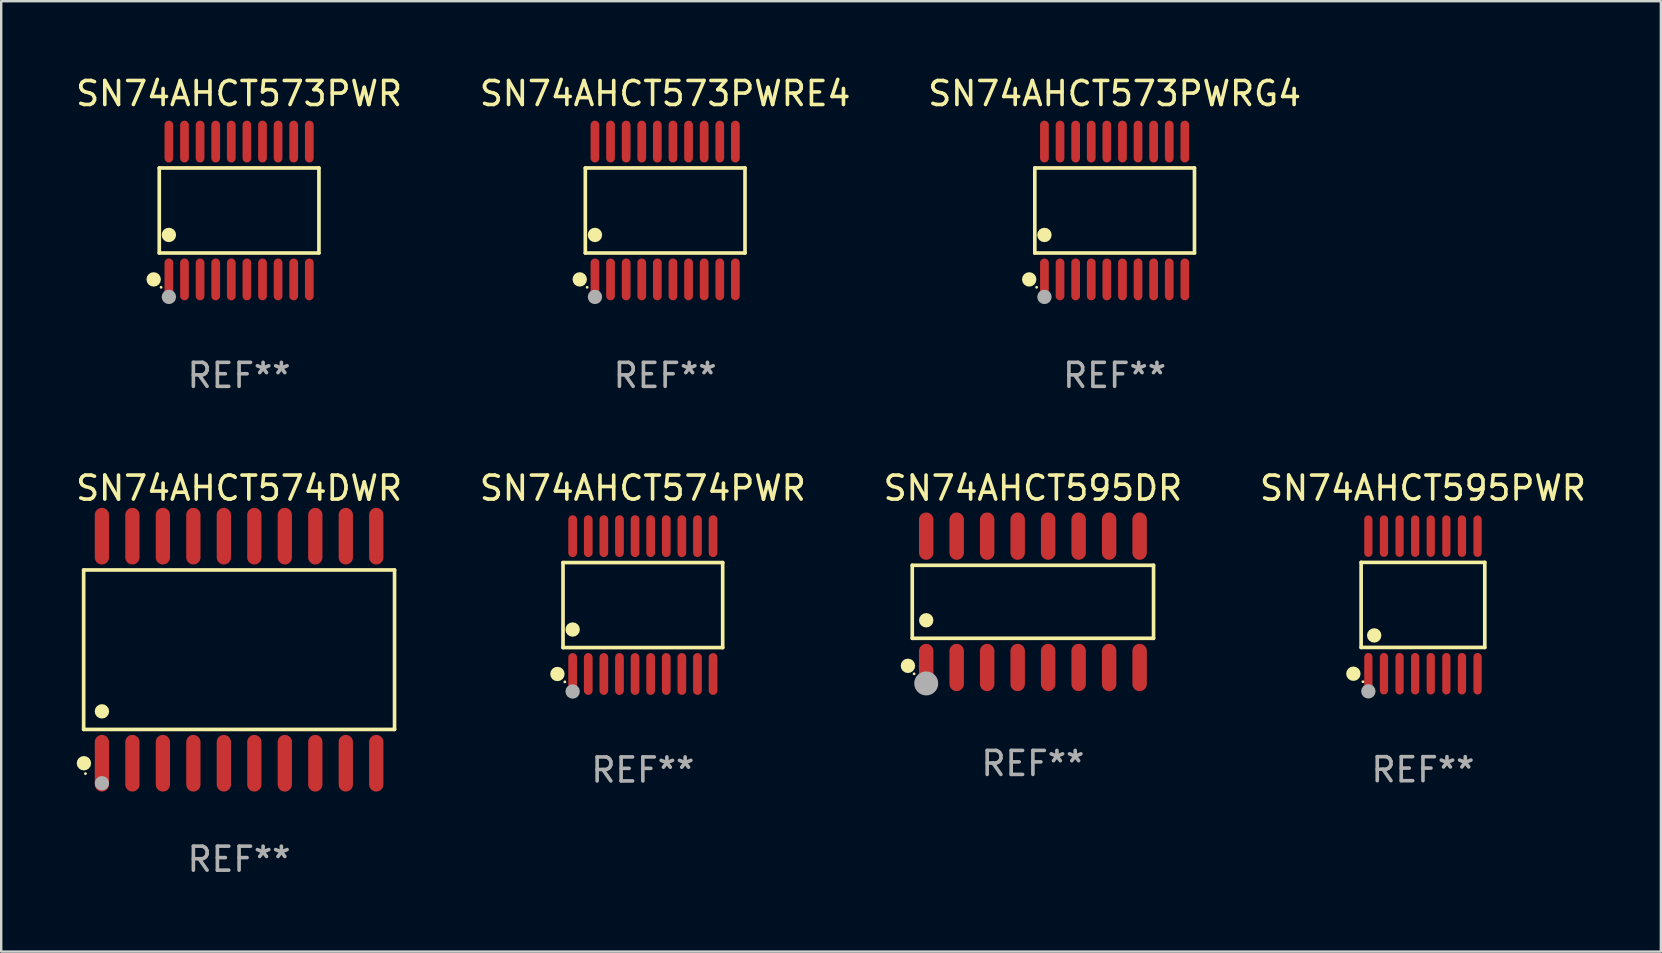
<source format=kicad_pcb>
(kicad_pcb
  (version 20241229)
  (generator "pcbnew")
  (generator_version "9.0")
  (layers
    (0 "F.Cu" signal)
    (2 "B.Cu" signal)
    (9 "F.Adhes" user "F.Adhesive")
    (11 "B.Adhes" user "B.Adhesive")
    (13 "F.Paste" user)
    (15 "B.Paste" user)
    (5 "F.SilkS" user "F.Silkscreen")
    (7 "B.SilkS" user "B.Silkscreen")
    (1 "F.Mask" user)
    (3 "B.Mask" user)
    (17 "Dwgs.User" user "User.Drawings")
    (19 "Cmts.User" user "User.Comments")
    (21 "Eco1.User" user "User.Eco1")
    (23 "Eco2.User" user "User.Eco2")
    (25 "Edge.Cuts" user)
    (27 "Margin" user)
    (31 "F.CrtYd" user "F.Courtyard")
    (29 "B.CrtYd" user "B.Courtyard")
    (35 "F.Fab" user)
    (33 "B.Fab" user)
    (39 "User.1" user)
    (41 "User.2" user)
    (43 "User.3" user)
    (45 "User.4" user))
  (footprint "SN74AHCT574PWR"
    (layer "F.Cu")
    (at 23.732 22.158)
    (property "Reference" "SN74AHCT574PWR" (at 0 -4.871 0) (layer "F.SilkS") (effects (font (size 1 1) (thickness 0.15))))
    (attr through_hole)
    (fp_line (start -3.326 -1.771) (end 3.326 -1.771) (stroke (width 0.152) (type solid)) (layer "F.SilkS"))
    (fp_line (start -3.326 1.771) (end -3.326 -1.771) (stroke (width 0.152) (type solid)) (layer "F.SilkS"))
    (fp_line (start 3.326 -1.771) (end 3.326 1.771) (stroke (width 0.152) (type solid)) (layer "F.SilkS"))
    (fp_line (start 3.326 1.771) (end -3.326 1.771) (stroke (width 0.152) (type solid)) (layer "F.SilkS"))
    (fp_circle (center -3.559 2.871) (end -3.409 2.871) (stroke (width 0.3) (type solid)) (fill no) (layer "F.SilkS"))
    (fp_circle (center -3.25 3.2) (end -3.22 3.2) (stroke (width 0.06) (type solid)) (fill no) (layer "F.SilkS"))
    (fp_circle (center -2.925 1.019) (end -2.775 1.019) (stroke (width 0.3) (type solid)) (fill no) (layer "F.SilkS"))
    (fp_circle (center -2.925 3.6) (end -2.775 3.6) (stroke (width 0.3) (type solid)) (fill no) (layer "F.Fab"))
    (fp_text user "REF**" (at 0 6.871 0) (layer "F.Fab") (effects (font (size 1 1) (thickness 0.15))))
    (pad "1" smd oval (at -2.925 2.871) (size 0.364 1.742) (layers "F.Cu" "F.Mask" "F.Paste"))
    (pad "2" smd oval (at -2.275 2.871) (size 0.364 1.742) (layers "F.Cu" "F.Mask" "F.Paste"))
    (pad "3" smd oval (at -1.625 2.871) (size 0.364 1.742) (layers "F.Cu" "F.Mask" "F.Paste"))
    (pad "4" smd oval (at -0.975 2.871) (size 0.364 1.742) (layers "F.Cu" "F.Mask" "F.Paste"))
    (pad "5" smd oval (at -0.325 2.871) (size 0.364 1.742) (layers "F.Cu" "F.Mask" "F.Paste"))
    (pad "6" smd oval (at 0.325 2.871) (size 0.364 1.742) (layers "F.Cu" "F.Mask" "F.Paste"))
    (pad "7" smd oval (at 0.975 2.871) (size 0.364 1.742) (layers "F.Cu" "F.Mask" "F.Paste"))
    (pad "8" smd oval (at 1.625 2.871) (size 0.364 1.742) (layers "F.Cu" "F.Mask" "F.Paste"))
    (pad "9" smd oval (at 2.275 2.871) (size 0.364 1.742) (layers "F.Cu" "F.Mask" "F.Paste"))
    (pad "10" smd oval (at 2.925 2.871) (size 0.364 1.742) (layers "F.Cu" "F.Mask" "F.Paste"))
    (pad "11" smd oval (at 2.925 -2.871) (size 0.364 1.742) (layers "F.Cu" "F.Mask" "F.Paste"))
    (pad "12" smd oval (at 2.275 -2.871) (size 0.364 1.742) (layers "F.Cu" "F.Mask" "F.Paste"))
    (pad "13" smd oval (at 1.625 -2.871) (size 0.364 1.742) (layers "F.Cu" "F.Mask" "F.Paste"))
    (pad "14" smd oval (at 0.975 -2.871) (size 0.364 1.742) (layers "F.Cu" "F.Mask" "F.Paste"))
    (pad "15" smd oval (at 0.325 -2.871) (size 0.364 1.742) (layers "F.Cu" "F.Mask" "F.Paste"))
    (pad "16" smd oval (at -0.325 -2.871) (size 0.364 1.742) (layers "F.Cu" "F.Mask" "F.Paste"))
    (pad "17" smd oval (at -0.975 -2.871) (size 0.364 1.742) (layers "F.Cu" "F.Mask" "F.Paste"))
    (pad "18" smd oval (at -1.625 -2.871) (size 0.364 1.742) (layers "F.Cu" "F.Mask" "F.Paste"))
    (pad "19" smd oval (at -2.275 -2.871) (size 0.364 1.742) (layers "F.Cu" "F.Mask" "F.Paste"))
    (pad "20" smd oval (at -2.925 -2.871) (size 0.364 1.742) (layers "F.Cu" "F.Mask" "F.Paste")))
  (footprint "SN74AHCT574DWR"
    (layer "F.Cu")
    (at 6.911 24.017)
    (property "Reference" "SN74AHCT574DWR" (at 0 -6.73 0) (layer "F.SilkS") (effects (font (size 1 1) (thickness 0.15))))
    (attr through_hole)
    (fp_line (start -6.476 -3.321) (end 6.476 -3.321) (stroke (width 0.152) (type solid)) (layer "F.SilkS"))
    (fp_line (start -6.476 3.321) (end -6.476 -3.321) (stroke (width 0.152) (type solid)) (layer "F.SilkS"))
    (fp_line (start 6.476 -3.321) (end 6.476 3.321) (stroke (width 0.152) (type solid)) (layer "F.SilkS"))
    (fp_line (start 6.476 3.321) (end -6.476 3.321) (stroke (width 0.152) (type solid)) (layer "F.SilkS"))
    (fp_circle (center -6.465 4.73) (end -6.315 4.73) (stroke (width 0.3) (type solid)) (fill no) (layer "F.SilkS"))
    (fp_circle (center -6.4 5.163) (end -6.37 5.163) (stroke (width 0.06) (type solid)) (fill no) (layer "F.SilkS"))
    (fp_circle (center -5.715 2.569) (end -5.565 2.569) (stroke (width 0.3) (type solid)) (fill no) (layer "F.SilkS"))
    (fp_circle (center -5.715 5.563) (end -5.565 5.563) (stroke (width 0.3) (type solid)) (fill no) (layer "F.Fab"))
    (fp_text user "REF**" (at 0 8.73 0) (layer "F.Fab") (effects (font (size 1 1) (thickness 0.15))))
    (pad "1" smd oval (at -5.715 4.73) (size 0.595 2.36) (layers "F.Cu" "F.Mask" "F.Paste"))
    (pad "2" smd oval (at -4.445 4.73) (size 0.595 2.36) (layers "F.Cu" "F.Mask" "F.Paste"))
    (pad "3" smd oval (at -3.175 4.73) (size 0.595 2.36) (layers "F.Cu" "F.Mask" "F.Paste"))
    (pad "4" smd oval (at -1.905 4.73) (size 0.595 2.36) (layers "F.Cu" "F.Mask" "F.Paste"))
    (pad "5" smd oval (at -0.635 4.73) (size 0.595 2.36) (layers "F.Cu" "F.Mask" "F.Paste"))
    (pad "6" smd oval (at 0.635 4.73) (size 0.595 2.36) (layers "F.Cu" "F.Mask" "F.Paste"))
    (pad "7" smd oval (at 1.905 4.73) (size 0.595 2.36) (layers "F.Cu" "F.Mask" "F.Paste"))
    (pad "8" smd oval (at 3.175 4.73) (size 0.595 2.36) (layers "F.Cu" "F.Mask" "F.Paste"))
    (pad "9" smd oval (at 4.445 4.73) (size 0.595 2.36) (layers "F.Cu" "F.Mask" "F.Paste"))
    (pad "10" smd oval (at 5.715 4.73) (size 0.595 2.36) (layers "F.Cu" "F.Mask" "F.Paste"))
    (pad "11" smd oval (at 5.715 -4.73) (size 0.595 2.36) (layers "F.Cu" "F.Mask" "F.Paste"))
    (pad "12" smd oval (at 4.445 -4.73) (size 0.595 2.36) (layers "F.Cu" "F.Mask" "F.Paste"))
    (pad "13" smd oval (at 3.175 -4.73) (size 0.595 2.36) (layers "F.Cu" "F.Mask" "F.Paste"))
    (pad "14" smd oval (at 1.905 -4.73) (size 0.595 2.36) (layers "F.Cu" "F.Mask" "F.Paste"))
    (pad "15" smd oval (at 0.635 -4.73) (size 0.595 2.36) (layers "F.Cu" "F.Mask" "F.Paste"))
    (pad "16" smd oval (at -0.635 -4.73) (size 0.595 2.36) (layers "F.Cu" "F.Mask" "F.Paste"))
    (pad "17" smd oval (at -1.905 -4.73) (size 0.595 2.36) (layers "F.Cu" "F.Mask" "F.Paste"))
    (pad "18" smd oval (at -3.175 -4.73) (size 0.595 2.36) (layers "F.Cu" "F.Mask" "F.Paste"))
    (pad "19" smd oval (at -4.445 -4.73) (size 0.595 2.36) (layers "F.Cu" "F.Mask" "F.Paste"))
    (pad "20" smd oval (at -5.715 -4.73) (size 0.595 2.36) (layers "F.Cu" "F.Mask" "F.Paste")))
  (footprint "SN74AHCT573PWRG4"
    (layer "F.Cu")
    (at 43.387 5.719)
    (property "Reference" "SN74AHCT573PWRG4" (at 0 -4.871 0) (layer "F.SilkS") (effects (font (size 1 1) (thickness 0.15))))
    (attr through_hole)
    (fp_line (start -3.326 -1.771) (end 3.326 -1.771) (stroke (width 0.152) (type solid)) (layer "F.SilkS"))
    (fp_line (start -3.326 1.771) (end -3.326 -1.771) (stroke (width 0.152) (type solid)) (layer "F.SilkS"))
    (fp_line (start 3.326 -1.771) (end 3.326 1.771) (stroke (width 0.152) (type solid)) (layer "F.SilkS"))
    (fp_line (start 3.326 1.771) (end -3.326 1.771) (stroke (width 0.152) (type solid)) (layer "F.SilkS"))
    (fp_circle (center -3.559 2.871) (end -3.409 2.871) (stroke (width 0.3) (type solid)) (fill no) (layer "F.SilkS"))
    (fp_circle (center -3.25 3.2) (end -3.22 3.2) (stroke (width 0.06) (type solid)) (fill no) (layer "F.SilkS"))
    (fp_circle (center -2.925 1.019) (end -2.775 1.019) (stroke (width 0.3) (type solid)) (fill no) (layer "F.SilkS"))
    (fp_circle (center -2.925 3.6) (end -2.775 3.6) (stroke (width 0.3) (type solid)) (fill no) (layer "F.Fab"))
    (fp_text user "REF**" (at 0 6.871 0) (layer "F.Fab") (effects (font (size 1 1) (thickness 0.15))))
    (pad "1" smd oval (at -2.925 2.871) (size 0.364 1.742) (layers "F.Cu" "F.Mask" "F.Paste"))
    (pad "2" smd oval (at -2.275 2.871) (size 0.364 1.742) (layers "F.Cu" "F.Mask" "F.Paste"))
    (pad "3" smd oval (at -1.625 2.871) (size 0.364 1.742) (layers "F.Cu" "F.Mask" "F.Paste"))
    (pad "4" smd oval (at -0.975 2.871) (size 0.364 1.742) (layers "F.Cu" "F.Mask" "F.Paste"))
    (pad "5" smd oval (at -0.325 2.871) (size 0.364 1.742) (layers "F.Cu" "F.Mask" "F.Paste"))
    (pad "6" smd oval (at 0.325 2.871) (size 0.364 1.742) (layers "F.Cu" "F.Mask" "F.Paste"))
    (pad "7" smd oval (at 0.975 2.871) (size 0.364 1.742) (layers "F.Cu" "F.Mask" "F.Paste"))
    (pad "8" smd oval (at 1.625 2.871) (size 0.364 1.742) (layers "F.Cu" "F.Mask" "F.Paste"))
    (pad "9" smd oval (at 2.275 2.871) (size 0.364 1.742) (layers "F.Cu" "F.Mask" "F.Paste"))
    (pad "10" smd oval (at 2.925 2.871) (size 0.364 1.742) (layers "F.Cu" "F.Mask" "F.Paste"))
    (pad "11" smd oval (at 2.925 -2.871) (size 0.364 1.742) (layers "F.Cu" "F.Mask" "F.Paste"))
    (pad "12" smd oval (at 2.275 -2.871) (size 0.364 1.742) (layers "F.Cu" "F.Mask" "F.Paste"))
    (pad "13" smd oval (at 1.625 -2.871) (size 0.364 1.742) (layers "F.Cu" "F.Mask" "F.Paste"))
    (pad "14" smd oval (at 0.975 -2.871) (size 0.364 1.742) (layers "F.Cu" "F.Mask" "F.Paste"))
    (pad "15" smd oval (at 0.325 -2.871) (size 0.364 1.742) (layers "F.Cu" "F.Mask" "F.Paste"))
    (pad "16" smd oval (at -0.325 -2.871) (size 0.364 1.742) (layers "F.Cu" "F.Mask" "F.Paste"))
    (pad "17" smd oval (at -0.975 -2.871) (size 0.364 1.742) (layers "F.Cu" "F.Mask" "F.Paste"))
    (pad "18" smd oval (at -1.625 -2.871) (size 0.364 1.742) (layers "F.Cu" "F.Mask" "F.Paste"))
    (pad "19" smd oval (at -2.275 -2.871) (size 0.364 1.742) (layers "F.Cu" "F.Mask" "F.Paste"))
    (pad "20" smd oval (at -2.925 -2.871) (size 0.364 1.742) (layers "F.Cu" "F.Mask" "F.Paste")))
  (footprint "SN74AHCT595PWR"
    (layer "F.Cu")
    (at 56.232 22.152)
    (property "Reference" "SN74AHCT595PWR" (at 0 -4.866 0) (layer "F.SilkS") (effects (font (size 1 1) (thickness 0.15))))
    (attr through_hole)
    (fp_line (start -2.576 -1.772) (end 2.576 -1.772) (stroke (width 0.152) (type solid)) (layer "F.SilkS"))
    (fp_line (start -2.576 1.771) (end -2.576 -1.772) (stroke (width 0.152) (type solid)) (layer "F.SilkS"))
    (fp_line (start 2.576 -1.772) (end 2.576 1.771) (stroke (width 0.152) (type solid)) (layer "F.SilkS"))
    (fp_line (start 2.576 1.771) (end -2.576 1.771) (stroke (width 0.152) (type solid)) (layer "F.SilkS"))
    (fp_circle (center -2.899 2.866) (end -2.749 2.866) (stroke (width 0.3) (type solid)) (fill no) (layer "F.SilkS"))
    (fp_circle (center -2.5 3.2) (end -2.47 3.2) (stroke (width 0.06) (type solid)) (fill no) (layer "F.SilkS"))
    (fp_circle (center -2.032 1.27) (end -1.882 1.27) (stroke (width 0.3) (type solid)) (fill no) (layer "F.SilkS"))
    (fp_circle (center -2.275 3.6) (end -2.125 3.6) (stroke (width 0.3) (type solid)) (fill no) (layer "F.Fab"))
    (fp_text user "REF**" (at 0 6.866 0) (layer "F.Fab") (effects (font (size 1 1) (thickness 0.15))))
    (pad "1" smd oval (at -2.275 2.866) (size 0.343 1.731) (layers "F.Cu" "F.Mask" "F.Paste"))
    (pad "2" smd oval (at -1.625 2.866) (size 0.343 1.731) (layers "F.Cu" "F.Mask" "F.Paste"))
    (pad "3" smd oval (at -0.975 2.866) (size 0.343 1.731) (layers "F.Cu" "F.Mask" "F.Paste"))
    (pad "4" smd oval (at -0.325 2.866) (size 0.343 1.731) (layers "F.Cu" "F.Mask" "F.Paste"))
    (pad "5" smd oval (at 0.325 2.866) (size 0.343 1.731) (layers "F.Cu" "F.Mask" "F.Paste"))
    (pad "6" smd oval (at 0.975 2.866) (size 0.343 1.731) (layers "F.Cu" "F.Mask" "F.Paste"))
    (pad "7" smd oval (at 1.625 2.866) (size 0.343 1.731) (layers "F.Cu" "F.Mask" "F.Paste"))
    (pad "8" smd oval (at 2.275 2.866) (size 0.343 1.731) (layers "F.Cu" "F.Mask" "F.Paste"))
    (pad "9" smd oval (at 2.275 -2.866) (size 0.343 1.731) (layers "F.Cu" "F.Mask" "F.Paste"))
    (pad "10" smd oval (at 1.625 -2.866) (size 0.343 1.731) (layers "F.Cu" "F.Mask" "F.Paste"))
    (pad "11" smd oval (at 0.975 -2.866) (size 0.343 1.731) (layers "F.Cu" "F.Mask" "F.Paste"))
    (pad "12" smd oval (at 0.325 -2.866) (size 0.343 1.731) (layers "F.Cu" "F.Mask" "F.Paste"))
    (pad "13" smd oval (at -0.325 -2.866) (size 0.343 1.731) (layers "F.Cu" "F.Mask" "F.Paste"))
    (pad "14" smd oval (at -0.975 -2.866) (size 0.343 1.731) (layers "F.Cu" "F.Mask" "F.Paste"))
    (pad "15" smd oval (at -1.625 -2.866) (size 0.343 1.731) (layers "F.Cu" "F.Mask" "F.Paste"))
    (pad "16" smd oval (at -2.275 -2.866) (size 0.343 1.731) (layers "F.Cu" "F.Mask" "F.Paste")))
  (footprint "SN74AHCT573PWRE4"
    (layer "F.Cu")
    (at 24.661 5.719)
    (property "Reference" "SN74AHCT573PWRE4" (at 0 -4.871 0) (layer "F.SilkS") (effects (font (size 1 1) (thickness 0.15))))
    (attr through_hole)
    (fp_line (start -3.326 -1.771) (end 3.326 -1.771) (stroke (width 0.152) (type solid)) (layer "F.SilkS"))
    (fp_line (start -3.326 1.771) (end -3.326 -1.771) (stroke (width 0.152) (type solid)) (layer "F.SilkS"))
    (fp_line (start 3.326 -1.771) (end 3.326 1.771) (stroke (width 0.152) (type solid)) (layer "F.SilkS"))
    (fp_line (start 3.326 1.771) (end -3.326 1.771) (stroke (width 0.152) (type solid)) (layer "F.SilkS"))
    (fp_circle (center -3.559 2.871) (end -3.409 2.871) (stroke (width 0.3) (type solid)) (fill no) (layer "F.SilkS"))
    (fp_circle (center -3.25 3.2) (end -3.22 3.2) (stroke (width 0.06) (type solid)) (fill no) (layer "F.SilkS"))
    (fp_circle (center -2.925 1.019) (end -2.775 1.019) (stroke (width 0.3) (type solid)) (fill no) (layer "F.SilkS"))
    (fp_circle (center -2.925 3.6) (end -2.775 3.6) (stroke (width 0.3) (type solid)) (fill no) (layer "F.Fab"))
    (fp_text user "REF**" (at 0 6.871 0) (layer "F.Fab") (effects (font (size 1 1) (thickness 0.15))))
    (pad "1" smd oval (at -2.925 2.871) (size 0.364 1.742) (layers "F.Cu" "F.Mask" "F.Paste"))
    (pad "2" smd oval (at -2.275 2.871) (size 0.364 1.742) (layers "F.Cu" "F.Mask" "F.Paste"))
    (pad "3" smd oval (at -1.625 2.871) (size 0.364 1.742) (layers "F.Cu" "F.Mask" "F.Paste"))
    (pad "4" smd oval (at -0.975 2.871) (size 0.364 1.742) (layers "F.Cu" "F.Mask" "F.Paste"))
    (pad "5" smd oval (at -0.325 2.871) (size 0.364 1.742) (layers "F.Cu" "F.Mask" "F.Paste"))
    (pad "6" smd oval (at 0.325 2.871) (size 0.364 1.742) (layers "F.Cu" "F.Mask" "F.Paste"))
    (pad "7" smd oval (at 0.975 2.871) (size 0.364 1.742) (layers "F.Cu" "F.Mask" "F.Paste"))
    (pad "8" smd oval (at 1.625 2.871) (size 0.364 1.742) (layers "F.Cu" "F.Mask" "F.Paste"))
    (pad "9" smd oval (at 2.275 2.871) (size 0.364 1.742) (layers "F.Cu" "F.Mask" "F.Paste"))
    (pad "10" smd oval (at 2.925 2.871) (size 0.364 1.742) (layers "F.Cu" "F.Mask" "F.Paste"))
    (pad "11" smd oval (at 2.925 -2.871) (size 0.364 1.742) (layers "F.Cu" "F.Mask" "F.Paste"))
    (pad "12" smd oval (at 2.275 -2.871) (size 0.364 1.742) (layers "F.Cu" "F.Mask" "F.Paste"))
    (pad "13" smd oval (at 1.625 -2.871) (size 0.364 1.742) (layers "F.Cu" "F.Mask" "F.Paste"))
    (pad "14" smd oval (at 0.975 -2.871) (size 0.364 1.742) (layers "F.Cu" "F.Mask" "F.Paste"))
    (pad "15" smd oval (at 0.325 -2.871) (size 0.364 1.742) (layers "F.Cu" "F.Mask" "F.Paste"))
    (pad "16" smd oval (at -0.325 -2.871) (size 0.364 1.742) (layers "F.Cu" "F.Mask" "F.Paste"))
    (pad "17" smd oval (at -0.975 -2.871) (size 0.364 1.742) (layers "F.Cu" "F.Mask" "F.Paste"))
    (pad "18" smd oval (at -1.625 -2.871) (size 0.364 1.742) (layers "F.Cu" "F.Mask" "F.Paste"))
    (pad "19" smd oval (at -2.275 -2.871) (size 0.364 1.742) (layers "F.Cu" "F.Mask" "F.Paste"))
    (pad "20" smd oval (at -2.925 -2.871) (size 0.364 1.742) (layers "F.Cu" "F.Mask" "F.Paste")))
  (footprint "SN74AHCT595DR"
    (layer "F.Cu")
    (at 39.982 22.022)
    (property "Reference" "SN74AHCT595DR" (at 0 -4.736 0) (layer "F.SilkS") (effects (font (size 1 1) (thickness 0.15))))
    (attr through_hole)
    (fp_line (start -5.026 -1.521) (end 5.026 -1.521) (stroke (width 0.152) (type solid)) (layer "F.SilkS"))
    (fp_line (start -5.026 1.521) (end -5.026 -1.521) (stroke (width 0.152) (type solid)) (layer "F.SilkS"))
    (fp_line (start 5.026 -1.521) (end 5.026 1.521) (stroke (width 0.152) (type solid)) (layer "F.SilkS"))
    (fp_line (start 5.026 1.521) (end -5.026 1.521) (stroke (width 0.152) (type solid)) (layer "F.SilkS"))
    (fp_circle (center -5.207 2.667) (end -5.057 2.667) (stroke (width 0.3) (type solid)) (fill no) (layer "F.SilkS"))
    (fp_circle (center -4.95 3) (end -4.92 3) (stroke (width 0.06) (type solid)) (fill no) (layer "F.SilkS"))
    (fp_circle (center -4.445 0.769) (end -4.295 0.769) (stroke (width 0.3) (type solid)) (fill no) (layer "F.SilkS"))
    (fp_circle (center -4.445 3.4) (end -4.195 3.4) (stroke (width 0.5) (type solid)) (fill no) (layer "F.Fab"))
    (fp_text user "REF**" (at 0 6.736 0) (layer "F.Fab") (effects (font (size 1 1) (thickness 0.15))))
    (pad "1" smd oval (at -4.445 2.736) (size 0.602 1.971) (layers "F.Cu" "F.Mask" "F.Paste"))
    (pad "2" smd oval (at -3.175 2.736) (size 0.602 1.971) (layers "F.Cu" "F.Mask" "F.Paste"))
    (pad "3" smd oval (at -1.905 2.736) (size 0.602 1.971) (layers "F.Cu" "F.Mask" "F.Paste"))
    (pad "4" smd oval (at -0.635 2.736) (size 0.602 1.971) (layers "F.Cu" "F.Mask" "F.Paste"))
    (pad "5" smd oval (at 0.635 2.736) (size 0.602 1.971) (layers "F.Cu" "F.Mask" "F.Paste"))
    (pad "6" smd oval (at 1.905 2.736) (size 0.602 1.971) (layers "F.Cu" "F.Mask" "F.Paste"))
    (pad "7" smd oval (at 3.175 2.736) (size 0.602 1.971) (layers "F.Cu" "F.Mask" "F.Paste"))
    (pad "8" smd oval (at 4.445 2.736) (size 0.602 1.971) (layers "F.Cu" "F.Mask" "F.Paste"))
    (pad "9" smd oval (at 4.445 -2.736) (size 0.602 1.971) (layers "F.Cu" "F.Mask" "F.Paste"))
    (pad "10" smd oval (at 3.175 -2.736) (size 0.602 1.971) (layers "F.Cu" "F.Mask" "F.Paste"))
    (pad "11" smd oval (at 1.905 -2.736) (size 0.602 1.971) (layers "F.Cu" "F.Mask" "F.Paste"))
    (pad "12" smd oval (at 0.635 -2.736) (size 0.602 1.971) (layers "F.Cu" "F.Mask" "F.Paste"))
    (pad "13" smd oval (at -0.635 -2.736) (size 0.602 1.971) (layers "F.Cu" "F.Mask" "F.Paste"))
    (pad "14" smd oval (at -1.905 -2.736) (size 0.602 1.971) (layers "F.Cu" "F.Mask" "F.Paste"))
    (pad "15" smd oval (at -3.175 -2.736) (size 0.602 1.971) (layers "F.Cu" "F.Mask" "F.Paste"))
    (pad "16" smd oval (at -4.445 -2.736) (size 0.602 1.971) (layers "F.Cu" "F.Mask" "F.Paste")))
  (footprint "SN74AHCT573PWR"
    (layer "F.Cu")
    (at 6.911 5.719)
    (property "Reference" "SN74AHCT573PWR" (at 0 -4.871 0) (layer "F.SilkS") (effects (font (size 1 1) (thickness 0.15))))
    (attr through_hole)
    (fp_line (start -3.326 -1.771) (end 3.326 -1.771) (stroke (width 0.152) (type solid)) (layer "F.SilkS"))
    (fp_line (start -3.326 1.771) (end -3.326 -1.771) (stroke (width 0.152) (type solid)) (layer "F.SilkS"))
    (fp_line (start 3.326 -1.771) (end 3.326 1.771) (stroke (width 0.152) (type solid)) (layer "F.SilkS"))
    (fp_line (start 3.326 1.771) (end -3.326 1.771) (stroke (width 0.152) (type solid)) (layer "F.SilkS"))
    (fp_circle (center -3.559 2.871) (end -3.409 2.871) (stroke (width 0.3) (type solid)) (fill no) (layer "F.SilkS"))
    (fp_circle (center -3.25 3.2) (end -3.22 3.2) (stroke (width 0.06) (type solid)) (fill no) (layer "F.SilkS"))
    (fp_circle (center -2.925 1.019) (end -2.775 1.019) (stroke (width 0.3) (type solid)) (fill no) (layer "F.SilkS"))
    (fp_circle (center -2.925 3.6) (end -2.775 3.6) (stroke (width 0.3) (type solid)) (fill no) (layer "F.Fab"))
    (fp_text user "REF**" (at 0 6.871 0) (layer "F.Fab") (effects (font (size 1 1) (thickness 0.15))))
    (pad "1" smd oval (at -2.925 2.871) (size 0.364 1.742) (layers "F.Cu" "F.Mask" "F.Paste"))
    (pad "2" smd oval (at -2.275 2.871) (size 0.364 1.742) (layers "F.Cu" "F.Mask" "F.Paste"))
    (pad "3" smd oval (at -1.625 2.871) (size 0.364 1.742) (layers "F.Cu" "F.Mask" "F.Paste"))
    (pad "4" smd oval (at -0.975 2.871) (size 0.364 1.742) (layers "F.Cu" "F.Mask" "F.Paste"))
    (pad "5" smd oval (at -0.325 2.871) (size 0.364 1.742) (layers "F.Cu" "F.Mask" "F.Paste"))
    (pad "6" smd oval (at 0.325 2.871) (size 0.364 1.742) (layers "F.Cu" "F.Mask" "F.Paste"))
    (pad "7" smd oval (at 0.975 2.871) (size 0.364 1.742) (layers "F.Cu" "F.Mask" "F.Paste"))
    (pad "8" smd oval (at 1.625 2.871) (size 0.364 1.742) (layers "F.Cu" "F.Mask" "F.Paste"))
    (pad "9" smd oval (at 2.275 2.871) (size 0.364 1.742) (layers "F.Cu" "F.Mask" "F.Paste"))
    (pad "10" smd oval (at 2.925 2.871) (size 0.364 1.742) (layers "F.Cu" "F.Mask" "F.Paste"))
    (pad "11" smd oval (at 2.925 -2.871) (size 0.364 1.742) (layers "F.Cu" "F.Mask" "F.Paste"))
    (pad "12" smd oval (at 2.275 -2.871) (size 0.364 1.742) (layers "F.Cu" "F.Mask" "F.Paste"))
    (pad "13" smd oval (at 1.625 -2.871) (size 0.364 1.742) (layers "F.Cu" "F.Mask" "F.Paste"))
    (pad "14" smd oval (at 0.975 -2.871) (size 0.364 1.742) (layers "F.Cu" "F.Mask" "F.Paste"))
    (pad "15" smd oval (at 0.325 -2.871) (size 0.364 1.742) (layers "F.Cu" "F.Mask" "F.Paste"))
    (pad "16" smd oval (at -0.325 -2.871) (size 0.364 1.742) (layers "F.Cu" "F.Mask" "F.Paste"))
    (pad "17" smd oval (at -0.975 -2.871) (size 0.364 1.742) (layers "F.Cu" "F.Mask" "F.Paste"))
    (pad "18" smd oval (at -1.625 -2.871) (size 0.364 1.742) (layers "F.Cu" "F.Mask" "F.Paste"))
    (pad "19" smd oval (at -2.275 -2.871) (size 0.364 1.742) (layers "F.Cu" "F.Mask" "F.Paste"))
    (pad "20" smd oval (at -2.925 -2.871) (size 0.364 1.742) (layers "F.Cu" "F.Mask" "F.Paste")))
  (gr_rect
    (start -3 -3)
    (end 66.143 36.595)
    (stroke (width 0.1) (type default))
    (fill no)
    (layer "Edge.Cuts")))
</source>
